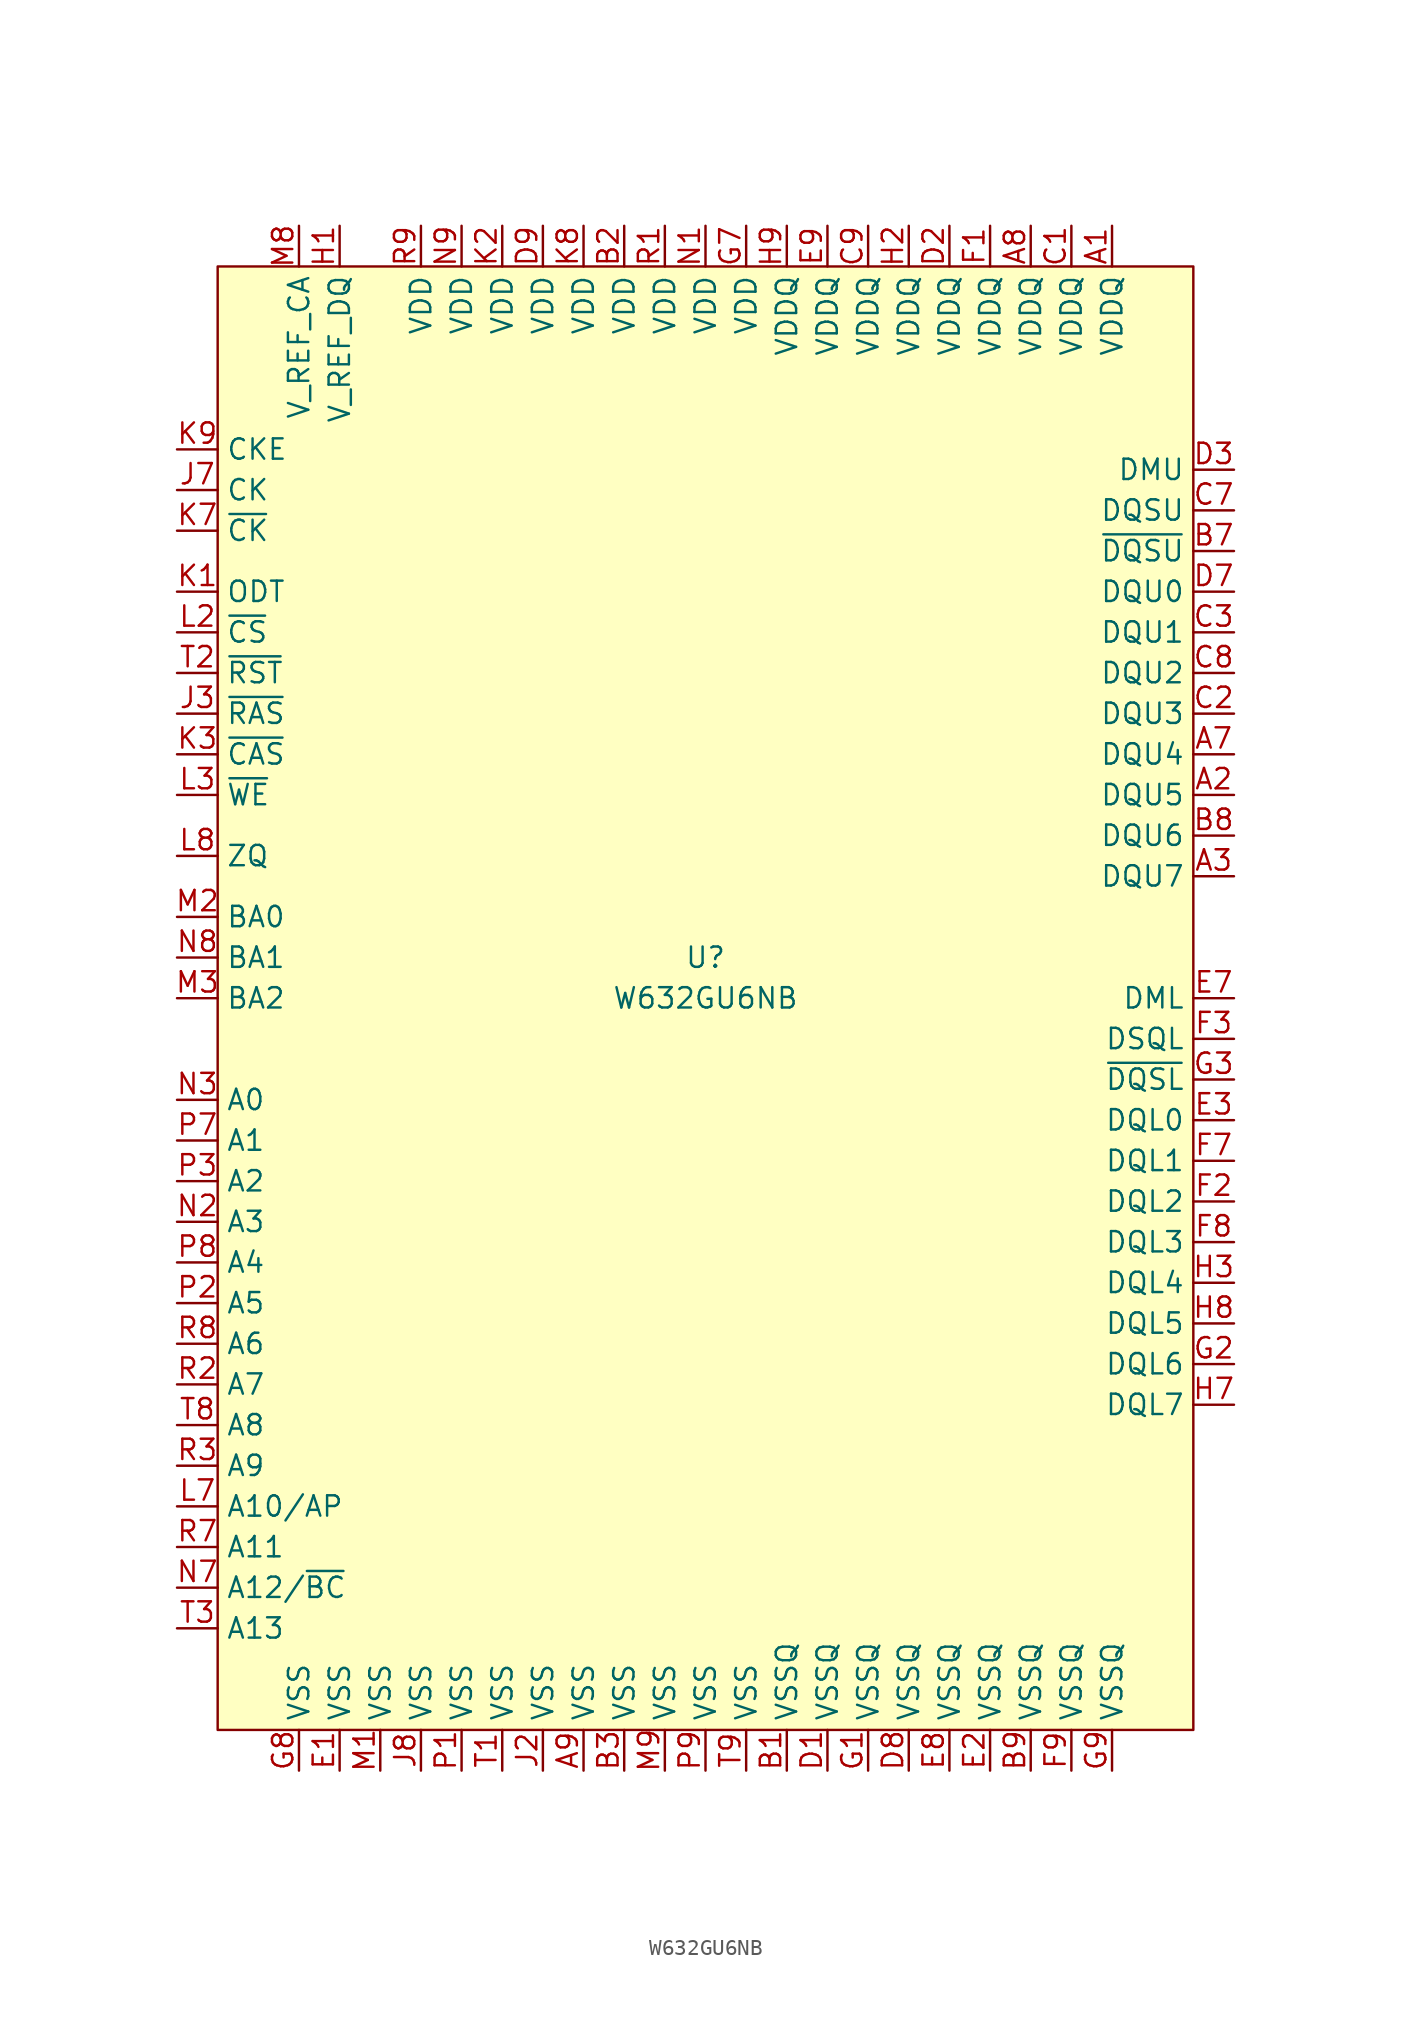
<source format=kicad_sym>
(kicad_symbol_lib
  (version 20210619)
  (generator kicad_symbol_editor)
  (symbol "Maxted Libs:W632GU6NB"
    (property "Reference" "U"
      (at 0 2.54 0)
      (effects (font (size 1.27 1.27))))
    (property "Value" "W632GU6NB"
      (at 0 0 0)
      (effects (font (size 1.27 1.27))))
    (symbol "W632GU6NB_0_0"
      (pin power_in line (at 25.4 48.26 270) (length 2.54) (name "VDDQ" (effects (font (size 1.27 1.27)))) (number "A1" (effects (font (size 1.27 1.27)))))
      (pin bidirectional line (at 33.02 12.7 180) (length 2.54) (name "DQU5" (effects (font (size 1.27 1.27)))) (number "A2" (effects (font (size 1.27 1.27)))))
      (pin bidirectional line (at 33.02 7.62 180) (length 2.54) (name "DQU7" (effects (font (size 1.27 1.27)))) (number "A3" (effects (font (size 1.27 1.27)))))
      (pin bidirectional line (at 33.02 15.24 180) (length 2.54) (name "DQU4" (effects (font (size 1.27 1.27)))) (number "A7" (effects (font (size 1.27 1.27)))))
      (pin power_in line (at 20.32 48.26 270) (length 2.54) (name "VDDQ" (effects (font (size 1.27 1.27)))) (number "A8" (effects (font (size 1.27 1.27)))))
      (pin power_in line (at -7.62 -48.26 90) (length 2.54) (name "VSS" (effects (font (size 1.27 1.27)))) (number "A9" (effects (font (size 1.27 1.27)))))
      (pin power_in line (at 5.08 -48.26 90) (length 2.54) (name "VSSQ" (effects (font (size 1.27 1.27)))) (number "B1" (effects (font (size 1.27 1.27)))))
      (pin power_in line (at -5.08 48.26 270) (length 2.54) (name "VDD" (effects (font (size 1.27 1.27)))) (number "B2" (effects (font (size 1.27 1.27)))))
      (pin power_in line (at -5.08 -48.26 90) (length 2.54) (name "VSS" (effects (font (size 1.27 1.27)))) (number "B3" (effects (font (size 1.27 1.27)))))
      (pin bidirectional line (at 33.02 27.94 180) (length 2.54) (name "~{DQSU}" (effects (font (size 1.27 1.27)))) (number "B7" (effects (font (size 1.27 1.27)))))
      (pin bidirectional line (at 33.02 10.16 180) (length 2.54) (name "DQU6" (effects (font (size 1.27 1.27)))) (number "B8" (effects (font (size 1.27 1.27)))))
      (pin power_in line (at 20.32 -48.26 90) (length 2.54) (name "VSSQ" (effects (font (size 1.27 1.27)))) (number "B9" (effects (font (size 1.27 1.27)))))
      (pin power_in line (at 22.86 48.26 270) (length 2.54) (name "VDDQ" (effects (font (size 1.27 1.27)))) (number "C1" (effects (font (size 1.27 1.27)))))
      (pin bidirectional line (at 33.02 17.78 180) (length 2.54) (name "DQU3" (effects (font (size 1.27 1.27)))) (number "C2" (effects (font (size 1.27 1.27)))))
      (pin bidirectional line (at 33.02 22.86 180) (length 2.54) (name "DQU1" (effects (font (size 1.27 1.27)))) (number "C3" (effects (font (size 1.27 1.27)))))
      (pin bidirectional line (at 33.02 30.48 180) (length 2.54) (name "DQSU" (effects (font (size 1.27 1.27)))) (number "C7" (effects (font (size 1.27 1.27)))))
      (pin bidirectional line (at 33.02 20.32 180) (length 2.54) (name "DQU2" (effects (font (size 1.27 1.27)))) (number "C8" (effects (font (size 1.27 1.27)))))
      (pin power_in line (at 10.16 48.26 270) (length 2.54) (name "VDDQ" (effects (font (size 1.27 1.27)))) (number "C9" (effects (font (size 1.27 1.27)))))
      (pin power_in line (at 7.62 -48.26 90) (length 2.54) (name "VSSQ" (effects (font (size 1.27 1.27)))) (number "D1" (effects (font (size 1.27 1.27)))))
      (pin power_in line (at 15.24 48.26 270) (length 2.54) (name "VDDQ" (effects (font (size 1.27 1.27)))) (number "D2" (effects (font (size 1.27 1.27)))))
      (pin input line (at 33.02 33.02 180) (length 2.54) (name "DMU" (effects (font (size 1.27 1.27)))) (number "D3" (effects (font (size 1.27 1.27)))))
      (pin bidirectional line (at 33.02 25.4 180) (length 2.54) (name "DQU0" (effects (font (size 1.27 1.27)))) (number "D7" (effects (font (size 1.27 1.27)))))
      (pin power_in line (at 12.7 -48.26 90) (length 2.54) (name "VSSQ" (effects (font (size 1.27 1.27)))) (number "D8" (effects (font (size 1.27 1.27)))))
      (pin power_in line (at -10.16 48.26 270) (length 2.54) (name "VDD" (effects (font (size 1.27 1.27)))) (number "D9" (effects (font (size 1.27 1.27)))))
      (pin power_in line (at -22.86 -48.26 90) (length 2.54) (name "VSS" (effects (font (size 1.27 1.27)))) (number "E1" (effects (font (size 1.27 1.27)))))
      (pin power_in line (at 17.78 -48.26 90) (length 2.54) (name "VSSQ" (effects (font (size 1.27 1.27)))) (number "E2" (effects (font (size 1.27 1.27)))))
      (pin bidirectional line (at 33.02 -7.62 180) (length 2.54) (name "DQL0" (effects (font (size 1.27 1.27)))) (number "E3" (effects (font (size 1.27 1.27)))))
      (pin input line (at 33.02 0 180) (length 2.54) (name "DML" (effects (font (size 1.27 1.27)))) (number "E7" (effects (font (size 1.27 1.27)))))
      (pin power_in line (at 15.24 -48.26 90) (length 2.54) (name "VSSQ" (effects (font (size 1.27 1.27)))) (number "E8" (effects (font (size 1.27 1.27)))))
      (pin power_in line (at 7.62 48.26 270) (length 2.54) (name "VDDQ" (effects (font (size 1.27 1.27)))) (number "E9" (effects (font (size 1.27 1.27)))))
      (pin power_in line (at 17.78 48.26 270) (length 2.54) (name "VDDQ" (effects (font (size 1.27 1.27)))) (number "F1" (effects (font (size 1.27 1.27)))))
      (pin bidirectional line (at 33.02 -12.7 180) (length 2.54) (name "DQL2" (effects (font (size 1.27 1.27)))) (number "F2" (effects (font (size 1.27 1.27)))))
      (pin bidirectional line (at 33.02 -2.54 180) (length 2.54) (name "DSQL" (effects (font (size 1.27 1.27)))) (number "F3" (effects (font (size 1.27 1.27)))))
      (pin bidirectional line (at 33.02 -10.16 180) (length 2.54) (name "DQL1" (effects (font (size 1.27 1.27)))) (number "F7" (effects (font (size 1.27 1.27)))))
      (pin bidirectional line (at 33.02 -15.24 180) (length 2.54) (name "DQL3" (effects (font (size 1.27 1.27)))) (number "F8" (effects (font (size 1.27 1.27)))))
      (pin power_in line (at 22.86 -48.26 90) (length 2.54) (name "VSSQ" (effects (font (size 1.27 1.27)))) (number "F9" (effects (font (size 1.27 1.27)))))
      (pin power_in line (at 10.16 -48.26 90) (length 2.54) (name "VSSQ" (effects (font (size 1.27 1.27)))) (number "G1" (effects (font (size 1.27 1.27)))))
      (pin bidirectional line (at 33.02 -22.86 180) (length 2.54) (name "DQL6" (effects (font (size 1.27 1.27)))) (number "G2" (effects (font (size 1.27 1.27)))))
      (pin bidirectional line (at 33.02 -5.08 180) (length 2.54) (name "~{DQSL}" (effects (font (size 1.27 1.27)))) (number "G3" (effects (font (size 1.27 1.27)))))
      (pin power_in line (at 2.54 48.26 270) (length 2.54) (name "VDD" (effects (font (size 1.27 1.27)))) (number "G7" (effects (font (size 1.27 1.27)))))
      (pin power_in line (at -25.4 -48.26 90) (length 2.54) (name "VSS" (effects (font (size 1.27 1.27)))) (number "G8" (effects (font (size 1.27 1.27)))))
      (pin power_in line (at 25.4 -48.26 90) (length 2.54) (name "VSSQ" (effects (font (size 1.27 1.27)))) (number "G9" (effects (font (size 1.27 1.27)))))
      (pin power_in line (at -22.86 48.26 270) (length 2.54) (name "V_REF_DQ" (effects (font (size 1.27 1.27)))) (number "H1" (effects (font (size 1.27 1.27)))))
      (pin power_in line (at 12.7 48.26 270) (length 2.54) (name "VDDQ" (effects (font (size 1.27 1.27)))) (number "H2" (effects (font (size 1.27 1.27)))))
      (pin bidirectional line (at 33.02 -17.78 180) (length 2.54) (name "DQL4" (effects (font (size 1.27 1.27)))) (number "H3" (effects (font (size 1.27 1.27)))))
      (pin bidirectional line (at 33.02 -25.4 180) (length 2.54) (name "DQL7" (effects (font (size 1.27 1.27)))) (number "H7" (effects (font (size 1.27 1.27)))))
      (pin bidirectional line (at 33.02 -20.32 180) (length 2.54) (name "DQL5" (effects (font (size 1.27 1.27)))) (number "H8" (effects (font (size 1.27 1.27)))))
      (pin power_in line (at 5.08 48.26 270) (length 2.54) (name "VDDQ" (effects (font (size 1.27 1.27)))) (number "H9" (effects (font (size 1.27 1.27)))))
      (pin no_connect line (at 33.02 -30.48 180) (length 2.54) hide (name "NC" (effects (font (size 1.27 1.27)))) (number "J1" (effects (font (size 1.27 1.27)))))
      (pin power_in line (at -10.16 -48.26 90) (length 2.54) (name "VSS" (effects (font (size 1.27 1.27)))) (number "J2" (effects (font (size 1.27 1.27)))))
      (pin input line (at -33.02 17.78 0) (length 2.54) (name "~{RAS}" (effects (font (size 1.27 1.27)))) (number "J3" (effects (font (size 1.27 1.27)))))
      (pin input line (at -33.02 31.75 0) (length 2.54) (name "CK" (effects (font (size 1.27 1.27)))) (number "J7" (effects (font (size 1.27 1.27)))))
      (pin power_in line (at -17.78 -48.26 90) (length 2.54) (name "VSS" (effects (font (size 1.27 1.27)))) (number "J8" (effects (font (size 1.27 1.27)))))
      (pin no_connect line (at 33.02 -33.02 180) (length 2.54) hide (name "NC" (effects (font (size 1.27 1.27)))) (number "J9" (effects (font (size 1.27 1.27)))))
      (pin input line (at -33.02 25.4 0) (length 2.54) (name "ODT" (effects (font (size 1.27 1.27)))) (number "K1" (effects (font (size 1.27 1.27)))))
      (pin power_in line (at -12.7 48.26 270) (length 2.54) (name "VDD" (effects (font (size 1.27 1.27)))) (number "K2" (effects (font (size 1.27 1.27)))))
      (pin input line (at -33.02 15.24 0) (length 2.54) (name "~{CAS}" (effects (font (size 1.27 1.27)))) (number "K3" (effects (font (size 1.27 1.27)))))
      (pin input line (at -33.02 29.21 0) (length 2.54) (name "~{CK}" (effects (font (size 1.27 1.27)))) (number "K7" (effects (font (size 1.27 1.27)))))
      (pin power_in line (at -7.62 48.26 270) (length 2.54) (name "VDD" (effects (font (size 1.27 1.27)))) (number "K8" (effects (font (size 1.27 1.27)))))
      (pin input line (at -33.02 34.29 0) (length 2.54) (name "CKE" (effects (font (size 1.27 1.27)))) (number "K9" (effects (font (size 1.27 1.27)))))
      (pin no_connect line (at 33.02 -35.56 180) (length 2.54) hide (name "NC" (effects (font (size 1.27 1.27)))) (number "L1" (effects (font (size 1.27 1.27)))))
      (pin input line (at -33.02 22.86 0) (length 2.54) (name "~{CS}" (effects (font (size 1.27 1.27)))) (number "L2" (effects (font (size 1.27 1.27)))))
      (pin input line (at -33.02 12.7 0) (length 2.54) (name "~{WE}" (effects (font (size 1.27 1.27)))) (number "L3" (effects (font (size 1.27 1.27)))))
      (pin input line (at -33.02 -31.75 0) (length 2.54) (name "A10/AP" (effects (font (size 1.27 1.27)))) (number "L7" (effects (font (size 1.27 1.27)))))
      (pin power_in line (at -33.02 8.89 0) (length 2.54) (name "ZQ" (effects (font (size 1.27 1.27)))) (number "L8" (effects (font (size 1.27 1.27)))))
      (pin no_connect line (at 33.02 -38.1 180) (length 2.54) hide (name "NC" (effects (font (size 1.27 1.27)))) (number "L9" (effects (font (size 1.27 1.27)))))
      (pin power_in line (at -20.32 -48.26 90) (length 2.54) (name "VSS" (effects (font (size 1.27 1.27)))) (number "M1" (effects (font (size 1.27 1.27)))))
      (pin input line (at -33.02 5.08 0) (length 2.54) (name "BA0" (effects (font (size 1.27 1.27)))) (number "M2" (effects (font (size 1.27 1.27)))))
      (pin input line (at -33.02 0 0) (length 2.54) (name "BA2" (effects (font (size 1.27 1.27)))) (number "M3" (effects (font (size 1.27 1.27)))))
      (pin no_connect line (at 33.02 -40.64 180) (length 2.54) hide (name "NC" (effects (font (size 1.27 1.27)))) (number "M7" (effects (font (size 1.27 1.27)))))
      (pin power_in line (at -25.4 48.26 270) (length 2.54) (name "V_REF_CA" (effects (font (size 1.27 1.27)))) (number "M8" (effects (font (size 1.27 1.27)))))
      (pin power_in line (at -2.54 -48.26 90) (length 2.54) (name "VSS" (effects (font (size 1.27 1.27)))) (number "M9" (effects (font (size 1.27 1.27)))))
      (pin power_in line (at 0 48.26 270) (length 2.54) (name "VDD" (effects (font (size 1.27 1.27)))) (number "N1" (effects (font (size 1.27 1.27)))))
      (pin input line (at -33.02 -13.97 0) (length 2.54) (name "A3" (effects (font (size 1.27 1.27)))) (number "N2" (effects (font (size 1.27 1.27)))))
      (pin input line (at -33.02 -6.35 0) (length 2.54) (name "A0" (effects (font (size 1.27 1.27)))) (number "N3" (effects (font (size 1.27 1.27)))))
      (pin input line (at -33.02 -36.83 0) (length 2.54) (name "A12/~{BC}" (effects (font (size 1.27 1.27)))) (number "N7" (effects (font (size 1.27 1.27)))))
      (pin input line (at -33.02 2.54 0) (length 2.54) (name "BA1" (effects (font (size 1.27 1.27)))) (number "N8" (effects (font (size 1.27 1.27)))))
      (pin power_in line (at -15.24 48.26 270) (length 2.54) (name "VDD" (effects (font (size 1.27 1.27)))) (number "N9" (effects (font (size 1.27 1.27)))))
      (pin power_in line (at -15.24 -48.26 90) (length 2.54) (name "VSS" (effects (font (size 1.27 1.27)))) (number "P1" (effects (font (size 1.27 1.27)))))
      (pin input line (at -33.02 -19.05 0) (length 2.54) (name "A5" (effects (font (size 1.27 1.27)))) (number "P2" (effects (font (size 1.27 1.27)))))
      (pin input line (at -33.02 -11.43 0) (length 2.54) (name "A2" (effects (font (size 1.27 1.27)))) (number "P3" (effects (font (size 1.27 1.27)))))
      (pin input line (at -33.02 -8.89 0) (length 2.54) (name "A1" (effects (font (size 1.27 1.27)))) (number "P7" (effects (font (size 1.27 1.27)))))
      (pin input line (at -33.02 -16.51 0) (length 2.54) (name "A4" (effects (font (size 1.27 1.27)))) (number "P8" (effects (font (size 1.27 1.27)))))
      (pin power_in line (at 0 -48.26 90) (length 2.54) (name "VSS" (effects (font (size 1.27 1.27)))) (number "P9" (effects (font (size 1.27 1.27)))))
      (pin power_in line (at -2.54 48.26 270) (length 2.54) (name "VDD" (effects (font (size 1.27 1.27)))) (number "R1" (effects (font (size 1.27 1.27)))))
      (pin input line (at -33.02 -24.13 0) (length 2.54) (name "A7" (effects (font (size 1.27 1.27)))) (number "R2" (effects (font (size 1.27 1.27)))))
      (pin input line (at -33.02 -29.21 0) (length 2.54) (name "A9" (effects (font (size 1.27 1.27)))) (number "R3" (effects (font (size 1.27 1.27)))))
      (pin input line (at -33.02 -34.29 0) (length 2.54) (name "A11" (effects (font (size 1.27 1.27)))) (number "R7" (effects (font (size 1.27 1.27)))))
      (pin input line (at -33.02 -21.59 0) (length 2.54) (name "A6" (effects (font (size 1.27 1.27)))) (number "R8" (effects (font (size 1.27 1.27)))))
      (pin power_in line (at -17.78 48.26 270) (length 2.54) (name "VDD" (effects (font (size 1.27 1.27)))) (number "R9" (effects (font (size 1.27 1.27)))))
      (pin power_in line (at -12.7 -48.26 90) (length 2.54) (name "VSS" (effects (font (size 1.27 1.27)))) (number "T1" (effects (font (size 1.27 1.27)))))
      (pin input line (at -33.02 20.32 0) (length 2.54) (name "~{RST}" (effects (font (size 1.27 1.27)))) (number "T2" (effects (font (size 1.27 1.27)))))
      (pin input line (at -33.02 -39.37 0) (length 2.54) (name "A13" (effects (font (size 1.27 1.27)))) (number "T3" (effects (font (size 1.27 1.27)))))
      (pin no_connect line (at 33.02 -43.18 180) (length 2.54) hide (name "NC" (effects (font (size 1.27 1.27)))) (number "T7" (effects (font (size 1.27 1.27)))))
      (pin input line (at -33.02 -26.67 0) (length 2.54) (name "A8" (effects (font (size 1.27 1.27)))) (number "T8" (effects (font (size 1.27 1.27)))))
      (pin power_in line (at 2.54 -48.26 90) (length 2.54) (name "VSS" (effects (font (size 1.27 1.27)))) (number "T9" (effects (font (size 1.27 1.27))))))
    (symbol "W632GU6NB_0_1"
      (rectangle (start -30.48 45.72) (end 30.48 -45.72) (stroke (width 0.152)) (fill (type background))))))
</source>
